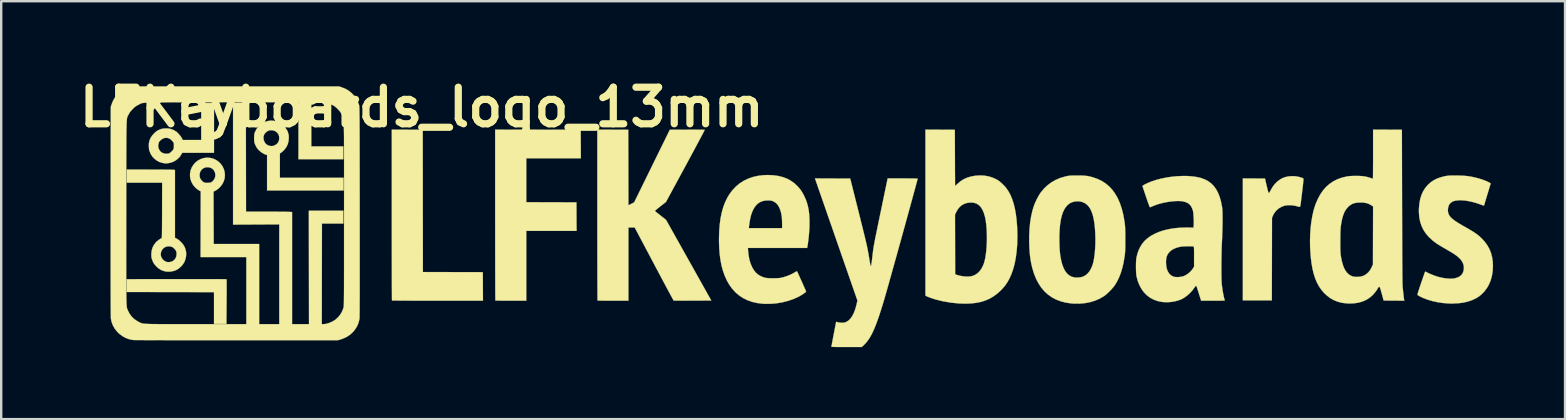
<source format=kicad_pcb>
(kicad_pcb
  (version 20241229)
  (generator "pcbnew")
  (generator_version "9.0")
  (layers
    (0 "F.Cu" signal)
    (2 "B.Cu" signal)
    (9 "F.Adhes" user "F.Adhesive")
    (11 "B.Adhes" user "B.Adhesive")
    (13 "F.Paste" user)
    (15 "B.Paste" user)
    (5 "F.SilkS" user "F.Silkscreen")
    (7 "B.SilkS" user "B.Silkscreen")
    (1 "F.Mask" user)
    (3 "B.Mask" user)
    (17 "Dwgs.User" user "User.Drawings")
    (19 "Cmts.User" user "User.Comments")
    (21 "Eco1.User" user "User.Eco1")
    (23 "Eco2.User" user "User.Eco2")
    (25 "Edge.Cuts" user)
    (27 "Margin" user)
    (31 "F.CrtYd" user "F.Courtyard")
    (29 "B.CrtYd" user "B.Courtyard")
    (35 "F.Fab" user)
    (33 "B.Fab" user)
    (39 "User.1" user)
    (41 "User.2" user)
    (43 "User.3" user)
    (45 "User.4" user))
  (footprint "LFKeyboards_logo_13mm"
    (layer "F.Cu")
    (at 1.522 5.718)
    (property "Reference" "LFKeyboards_logo_13mm" (at 13 -4.3 0) (layer "F.SilkS") (effects (font (size 1.524 1.524) (thickness 0.3))))
    (attr through_hole)
    (fp_poly (pts (xy 3.646 2.862) (xy 3.839 2.862) (xy 4.019 2.862) (xy 4.185 2.862) (xy 4.337 2.863) (xy 4.472 2.863) (xy 4.59 2.864) (xy 4.689 2.865) (xy 4.767 2.866) (xy 4.824 2.867) (xy 4.858 2.868) (xy 4.868 2.868) (xy 4.869 2.882) (xy 4.871 2.92) (xy 4.872 2.978) (xy 4.872 3.057) (xy 4.872 3.152) (xy 4.873 3.263) (xy 4.872 3.387) (xy 4.872 3.522) (xy 4.871 3.666) (xy 4.87 3.802) (xy 4.862 4.727) (xy 4.345 4.727) (xy 4.345 3.405) (xy 2.525 3.402) (xy 0.705 3.399) (xy 0.705 2.865) (xy 2.782 2.862) (xy 3.009 2.862) (xy 3.23 2.862) (xy 3.443 2.862) (xy 3.646 2.862)) (stroke (width 0.01) (type solid)) (fill yes) (layer "F.SilkS"))
    (fp_poly (pts (xy 19.625 -3.361) (xy 19.631 -2.173) (xy 17.357 -2.173) (xy 17.357 -0.343) (xy 18.402 -0.34) (xy 19.447 -0.337) (xy 19.453 0.851) (xy 17.357 0.851) (xy 17.357 3.761) (xy 16.717 3.761) (xy 16.592 3.761) (xy 16.474 3.76) (xy 16.367 3.76) (xy 16.273 3.759) (xy 16.193 3.758) (xy 16.131 3.756) (xy 16.09 3.755) (xy 16.07 3.753) (xy 16.069 3.753) (xy 16.068 3.739) (xy 16.068 3.702) (xy 16.067 3.641) (xy 16.066 3.557) (xy 16.066 3.453) (xy 16.065 3.328) (xy 16.064 3.183) (xy 16.064 3.021) (xy 16.063 2.841) (xy 16.063 2.645) (xy 16.062 2.434) (xy 16.062 2.208) (xy 16.062 1.969) (xy 16.061 1.719) (xy 16.061 1.457) (xy 16.061 1.185) (xy 16.061 0.904) (xy 16.061 0.614) (xy 16.06 0.318) (xy 16.06 0.188) (xy 16.06 -3.367) (xy 19.625 -3.361)) (stroke (width 0.01) (type solid)) (fill yes) (layer "F.SilkS"))
    (fp_poly (pts (xy 12.398 -3.364) (xy 13.043 -3.361) (xy 13.046 -0.397) (xy 13.049 2.567) (xy 15.546 2.573) (xy 15.549 3.167) (xy 15.552 3.761) (xy 13.661 3.761) (xy 13.444 3.761) (xy 13.234 3.761) (xy 13.032 3.761) (xy 12.839 3.76) (xy 12.658 3.76) (xy 12.49 3.759) (xy 12.335 3.759) (xy 12.196 3.758) (xy 12.074 3.757) (xy 11.969 3.756) (xy 11.885 3.756) (xy 11.821 3.755) (xy 11.78 3.754) (xy 11.762 3.753) (xy 11.761 3.753) (xy 11.761 3.739) (xy 11.76 3.702) (xy 11.759 3.641) (xy 11.759 3.557) (xy 11.758 3.453) (xy 11.758 3.328) (xy 11.757 3.183) (xy 11.756 3.021) (xy 11.756 2.841) (xy 11.755 2.645) (xy 11.755 2.434) (xy 11.755 2.208) (xy 11.754 1.969) (xy 11.754 1.719) (xy 11.754 1.457) (xy 11.753 1.185) (xy 11.753 0.904) (xy 11.753 0.614) (xy 11.753 0.318) (xy 11.753 0.188) (xy 11.753 -3.367) (xy 12.398 -3.364)) (stroke (width 0.01) (type solid)) (fill yes) (layer "F.SilkS"))
    (fp_poly (pts (xy 49.392 -1.425) (xy 49.535 -1.402) (xy 49.672 -1.362) (xy 49.676 -1.361) (xy 49.714 -1.344) (xy 49.733 -1.328) (xy 49.741 -1.307) (xy 49.742 -1.301) (xy 49.741 -1.281) (xy 49.737 -1.238) (xy 49.731 -1.176) (xy 49.723 -1.097) (xy 49.713 -1.004) (xy 49.701 -0.899) (xy 49.687 -0.786) (xy 49.678 -0.705) (xy 49.662 -0.572) (xy 49.648 -0.461) (xy 49.637 -0.372) (xy 49.628 -0.301) (xy 49.62 -0.247) (xy 49.613 -0.207) (xy 49.607 -0.179) (xy 49.602 -0.162) (xy 49.596 -0.152) (xy 49.591 -0.148) (xy 49.586 -0.148) (xy 49.563 -0.152) (xy 49.523 -0.161) (xy 49.471 -0.174) (xy 49.434 -0.184) (xy 49.33 -0.205) (xy 49.219 -0.217) (xy 49.11 -0.218) (xy 49.01 -0.209) (xy 48.953 -0.198) (xy 48.824 -0.15) (xy 48.709 -0.082) (xy 48.609 0.005) (xy 48.527 0.109) (xy 48.463 0.229) (xy 48.46 0.237) (xy 48.43 0.311) (xy 48.427 2.03) (xy 48.423 3.748) (xy 47.216 3.748) (xy 47.216 -1.334) (xy 47.677 -1.331) (xy 48.137 -1.328) (xy 48.207 -1.026) (xy 48.231 -0.927) (xy 48.249 -0.851) (xy 48.265 -0.795) (xy 48.277 -0.756) (xy 48.286 -0.734) (xy 48.294 -0.725) (xy 48.297 -0.724) (xy 48.312 -0.735) (xy 48.334 -0.766) (xy 48.36 -0.813) (xy 48.363 -0.818) (xy 48.449 -0.971) (xy 48.548 -1.102) (xy 48.659 -1.211) (xy 48.784 -1.301) (xy 48.852 -1.339) (xy 48.971 -1.386) (xy 49.104 -1.416) (xy 49.246 -1.429) (xy 49.392 -1.425)) (stroke (width 0.01) (type solid)) (fill yes) (layer "F.SilkS"))
    (fp_poly (pts (xy 20.962 -3.364) (xy 21.607 -3.361) (xy 21.61 -1.789) (xy 21.613 -0.216) (xy 21.852 -0.335) (xy 22.595 -1.848) (xy 23.338 -3.361) (xy 24.06 -3.364) (xy 24.193 -3.365) (xy 24.319 -3.365) (xy 24.434 -3.364) (xy 24.538 -3.364) (xy 24.627 -3.363) (xy 24.699 -3.362) (xy 24.752 -3.361) (xy 24.783 -3.359) (xy 24.792 -3.358) (xy 24.787 -3.346) (xy 24.771 -3.312) (xy 24.744 -3.26) (xy 24.707 -3.188) (xy 24.66 -3.1) (xy 24.605 -2.996) (xy 24.542 -2.877) (xy 24.471 -2.745) (xy 24.394 -2.601) (xy 24.311 -2.447) (xy 24.223 -2.283) (xy 24.131 -2.111) (xy 24.034 -1.933) (xy 23.99 -1.852) (xy 23.179 -0.355) (xy 22.946 -0.171) (xy 22.88 -0.119) (xy 22.821 -0.072) (xy 22.773 -0.032) (xy 22.738 -0.002) (xy 22.718 0.016) (xy 22.715 0.02) (xy 22.725 0.029) (xy 22.752 0.053) (xy 22.794 0.087) (xy 22.847 0.13) (xy 22.909 0.179) (xy 22.95 0.211) (xy 23.182 0.395) (xy 24.124 2.075) (xy 25.066 3.755) (xy 24.289 3.758) (xy 24.151 3.759) (xy 24.02 3.759) (xy 23.899 3.759) (xy 23.789 3.759) (xy 23.694 3.759) (xy 23.615 3.758) (xy 23.555 3.758) (xy 23.516 3.757) (xy 23.499 3.756) (xy 23.499 3.756) (xy 23.491 3.744) (xy 23.473 3.711) (xy 23.443 3.659) (xy 23.405 3.587) (xy 23.357 3.499) (xy 23.3 3.394) (xy 23.236 3.275) (xy 23.165 3.143) (xy 23.088 2.998) (xy 23.005 2.842) (xy 22.917 2.678) (xy 22.825 2.504) (xy 22.729 2.325) (xy 22.68 2.231) (xy 21.875 0.712) (xy 21.613 0.712) (xy 21.613 3.761) (xy 20.974 3.761) (xy 20.848 3.761) (xy 20.731 3.76) (xy 20.624 3.76) (xy 20.529 3.759) (xy 20.45 3.758) (xy 20.388 3.756) (xy 20.346 3.755) (xy 20.327 3.753) (xy 20.326 3.753) (xy 20.325 3.739) (xy 20.324 3.702) (xy 20.323 3.641) (xy 20.323 3.557) (xy 20.322 3.453) (xy 20.322 3.328) (xy 20.321 3.183) (xy 20.32 3.021) (xy 20.32 2.841) (xy 20.319 2.645) (xy 20.319 2.434) (xy 20.319 2.208) (xy 20.318 1.969) (xy 20.318 1.719) (xy 20.318 1.457) (xy 20.317 1.185) (xy 20.317 0.904) (xy 20.317 0.614) (xy 20.317 0.318) (xy 20.317 0.188) (xy 20.317 -3.367) (xy 20.962 -3.364)) (stroke (width 0.01) (type solid)) (fill yes) (layer "F.SilkS"))
    (fp_poly (pts (xy 6.823 -3.736) (xy 6.869 -3.727) (xy 6.911 -3.72) (xy 6.929 -3.717) (xy 6.992 -3.699) (xy 7.064 -3.664) (xy 7.14 -3.617) (xy 7.211 -3.562) (xy 7.249 -3.527) (xy 7.302 -3.468) (xy 7.35 -3.401) (xy 7.392 -3.334) (xy 7.422 -3.271) (xy 7.437 -3.219) (xy 7.437 -3.214) (xy 7.444 -3.182) (xy 7.452 -3.164) (xy 7.456 -3.145) (xy 7.46 -3.106) (xy 7.462 -3.055) (xy 7.462 -3.019) (xy 7.45 -2.88) (xy 7.415 -2.752) (xy 7.357 -2.635) (xy 7.276 -2.528) (xy 7.248 -2.499) (xy 7.208 -2.461) (xy 7.166 -2.426) (xy 7.138 -2.405) (xy 7.09 -2.373) (xy 7.09 -1.36) (xy 9.745 -1.36) (xy 9.745 -0.832) (xy 8.151 -0.832) (xy 6.556 -0.831) (xy 6.556 -2.308) (xy 6.489 -2.329) (xy 6.424 -2.357) (xy 6.353 -2.399) (xy 6.282 -2.45) (xy 6.217 -2.507) (xy 6.163 -2.564) (xy 6.126 -2.617) (xy 6.12 -2.63) (xy 6.103 -2.66) (xy 6.089 -2.679) (xy 6.079 -2.698) (xy 6.08 -2.706) (xy 6.077 -2.72) (xy 6.074 -2.721) (xy 6.061 -2.736) (xy 6.057 -2.751) (xy 6.048 -2.781) (xy 6.034 -2.814) (xy 6.025 -2.851) (xy 6.019 -2.911) (xy 6.017 -2.996) (xy 6.017 -3.009) (xy 6.406 -3.009) (xy 6.418 -2.935) (xy 6.443 -2.864) (xy 6.481 -2.803) (xy 6.49 -2.793) (xy 6.541 -2.745) (xy 6.596 -2.713) (xy 6.664 -2.691) (xy 6.683 -2.687) (xy 6.75 -2.68) (xy 6.814 -2.69) (xy 6.885 -2.718) (xy 6.899 -2.726) (xy 6.97 -2.776) (xy 7.022 -2.842) (xy 7.054 -2.922) (xy 7.064 -3.015) (xy 7.053 -3.106) (xy 7.02 -3.186) (xy 6.968 -3.252) (xy 6.899 -3.302) (xy 6.816 -3.333) (xy 6.74 -3.343) (xy 6.663 -3.338) (xy 6.594 -3.315) (xy 6.529 -3.272) (xy 6.465 -3.206) (xy 6.458 -3.198) (xy 6.441 -3.176) (xy 6.435 -3.164) (xy 6.436 -3.164) (xy 6.436 -3.154) (xy 6.427 -3.135) (xy 6.408 -3.078) (xy 6.406 -3.009) (xy 6.017 -3.009) (xy 6.017 -3.011) (xy 6.018 -3.084) (xy 6.02 -3.138) (xy 6.026 -3.181) (xy 6.035 -3.218) (xy 6.045 -3.246) (xy 6.103 -3.369) (xy 6.18 -3.479) (xy 6.272 -3.572) (xy 6.378 -3.646) (xy 6.404 -3.659) (xy 6.511 -3.704) (xy 6.622 -3.732) (xy 6.729 -3.743) (xy 6.823 -3.736)) (stroke (width 0.01) (type solid)) (fill yes) (layer "F.SilkS"))
    (fp_poly (pts (xy 34.602 -3.364) (xy 35.215 -3.361) (xy 35.219 -2.189) (xy 35.219 -2.018) (xy 35.22 -1.856) (xy 35.22 -1.702) (xy 35.221 -1.56) (xy 35.222 -1.43) (xy 35.223 -1.314) (xy 35.223 -1.215) (xy 35.224 -1.134) (xy 35.225 -1.073) (xy 35.226 -1.033) (xy 35.226 -1.017) (xy 35.226 -1.017) (xy 35.237 -1.025) (xy 35.261 -1.047) (xy 35.295 -1.08) (xy 35.32 -1.104) (xy 35.443 -1.21) (xy 35.576 -1.296) (xy 35.722 -1.363) (xy 35.883 -1.412) (xy 36.062 -1.445) (xy 36.098 -1.449) (xy 36.284 -1.459) (xy 36.467 -1.447) (xy 36.644 -1.413) (xy 36.812 -1.358) (xy 36.968 -1.283) (xy 37.018 -1.252) (xy 37.075 -1.211) (xy 37.141 -1.156) (xy 37.21 -1.092) (xy 37.275 -1.026) (xy 37.332 -0.963) (xy 37.352 -0.938) (xy 37.447 -0.799) (xy 37.531 -0.645) (xy 37.603 -0.473) (xy 37.665 -0.284) (xy 37.716 -0.075) (xy 37.757 0.154) (xy 37.788 0.404) (xy 37.809 0.676) (xy 37.814 0.781) (xy 37.821 1.095) (xy 37.814 1.396) (xy 37.792 1.682) (xy 37.757 1.953) (xy 37.709 2.206) (xy 37.646 2.442) (xy 37.571 2.657) (xy 37.496 2.825) (xy 37.409 2.984) (xy 37.312 3.127) (xy 37.199 3.261) (xy 37.11 3.351) (xy 36.965 3.479) (xy 36.814 3.588) (xy 36.656 3.68) (xy 36.487 3.753) (xy 36.307 3.81) (xy 36.113 3.85) (xy 35.904 3.875) (xy 35.678 3.884) (xy 35.433 3.878) (xy 35.374 3.875) (xy 35.041 3.841) (xy 34.711 3.784) (xy 34.435 3.716) (xy 34.352 3.691) (xy 34.268 3.664) (xy 34.188 3.636) (xy 34.117 3.609) (xy 34.06 3.585) (xy 34.022 3.566) (xy 34.018 3.563) (xy 33.989 3.544) (xy 33.989 0.173) (xy 35.222 0.173) (xy 35.228 2.661) (xy 35.313 2.69) (xy 35.415 2.719) (xy 35.526 2.74) (xy 35.64 2.753) (xy 35.75 2.757) (xy 35.85 2.751) (xy 35.924 2.738) (xy 36.04 2.695) (xy 36.145 2.63) (xy 36.238 2.542) (xy 36.319 2.433) (xy 36.387 2.304) (xy 36.415 2.236) (xy 36.451 2.12) (xy 36.482 1.983) (xy 36.507 1.828) (xy 36.527 1.659) (xy 36.541 1.481) (xy 36.549 1.296) (xy 36.551 1.109) (xy 36.547 0.923) (xy 36.537 0.742) (xy 36.521 0.569) (xy 36.499 0.409) (xy 36.47 0.266) (xy 36.467 0.253) (xy 36.422 0.102) (xy 36.367 -0.025) (xy 36.302 -0.13) (xy 36.225 -0.213) (xy 36.138 -0.273) (xy 36.039 -0.312) (xy 35.929 -0.329) (xy 35.89 -0.33) (xy 35.754 -0.319) (xy 35.632 -0.285) (xy 35.522 -0.23) (xy 35.425 -0.153) (xy 35.343 -0.055) (xy 35.28 0.054) (xy 35.222 0.173) (xy 33.989 0.173) (xy 33.989 -3.367) (xy 34.602 -3.364)) (stroke (width 0.01) (type solid)) (fill yes) (layer "F.SilkS"))
    (fp_poly (pts (xy 4.345 -2.402) (xy 3.023 -2.402) (xy 2.999 -2.36) (xy 2.979 -2.329) (xy 2.963 -2.306) (xy 2.961 -2.304) (xy 2.949 -2.285) (xy 2.948 -2.28) (xy 2.938 -2.26) (xy 2.914 -2.23) (xy 2.878 -2.192) (xy 2.837 -2.153) (xy 2.794 -2.117) (xy 2.76 -2.092) (xy 2.653 -2.03) (xy 2.54 -1.989) (xy 2.443 -1.97) (xy 2.393 -1.963) (xy 2.358 -1.96) (xy 2.327 -1.96) (xy 2.29 -1.964) (xy 2.254 -1.969) (xy 2.208 -1.978) (xy 2.157 -1.991) (xy 2.107 -2.007) (xy 2.063 -2.022) (xy 2.032 -2.036) (xy 2.02 -2.046) (xy 2.02 -2.047) (xy 2.011 -2.056) (xy 2.008 -2.055) (xy 1.988 -2.061) (xy 1.954 -2.081) (xy 1.914 -2.112) (xy 1.87 -2.149) (xy 1.827 -2.19) (xy 1.791 -2.228) (xy 1.764 -2.261) (xy 1.753 -2.284) (xy 1.753 -2.286) (xy 1.746 -2.299) (xy 1.743 -2.3) (xy 1.733 -2.31) (xy 1.717 -2.335) (xy 1.701 -2.367) (xy 1.686 -2.4) (xy 1.677 -2.424) (xy 1.677 -2.433) (xy 1.675 -2.443) (xy 1.667 -2.455) (xy 1.654 -2.478) (xy 1.644 -2.513) (xy 1.637 -2.565) (xy 1.632 -2.636) (xy 1.63 -2.676) (xy 1.631 -2.732) (xy 2.021 -2.732) (xy 2.023 -2.65) (xy 2.038 -2.581) (xy 2.078 -2.5) (xy 2.135 -2.436) (xy 2.209 -2.392) (xy 2.298 -2.367) (xy 2.324 -2.364) (xy 2.37 -2.361) (xy 2.408 -2.362) (xy 2.428 -2.366) (xy 2.448 -2.371) (xy 2.454 -2.37) (xy 2.468 -2.372) (xy 2.496 -2.388) (xy 2.53 -2.414) (xy 2.567 -2.446) (xy 2.602 -2.479) (xy 2.629 -2.511) (xy 2.636 -2.521) (xy 2.656 -2.558) (xy 2.668 -2.59) (xy 2.673 -2.628) (xy 2.674 -2.68) (xy 2.674 -2.741) (xy 2.671 -2.783) (xy 2.663 -2.816) (xy 2.648 -2.844) (xy 2.623 -2.877) (xy 2.596 -2.907) (xy 2.528 -2.97) (xy 2.451 -3.01) (xy 2.371 -3.026) (xy 2.288 -3.019) (xy 2.207 -2.989) (xy 2.131 -2.936) (xy 2.099 -2.905) (xy 2.071 -2.875) (xy 2.054 -2.854) (xy 2.05 -2.846) (xy 2.05 -2.836) (xy 2.042 -2.811) (xy 2.04 -2.805) (xy 2.021 -2.732) (xy 1.631 -2.732) (xy 1.633 -2.8) (xy 1.656 -2.913) (xy 1.701 -3.019) (xy 1.768 -3.12) (xy 1.844 -3.205) (xy 1.885 -3.245) (xy 1.922 -3.278) (xy 1.949 -3.298) (xy 1.961 -3.304) (xy 1.979 -3.309) (xy 1.982 -3.315) (xy 1.992 -3.325) (xy 2.016 -3.34) (xy 2.045 -3.353) (xy 2.069 -3.361) (xy 2.071 -3.361) (xy 2.086 -3.367) (xy 2.103 -3.376) (xy 2.151 -3.394) (xy 2.217 -3.407) (xy 2.293 -3.415) (xy 2.373 -3.417) (xy 2.449 -3.413) (xy 2.503 -3.405) (xy 2.545 -3.393) (xy 2.593 -3.377) (xy 2.64 -3.359) (xy 2.681 -3.34) (xy 2.709 -3.325) (xy 2.719 -3.315) (xy 2.729 -3.305) (xy 2.739 -3.304) (xy 2.76 -3.294) (xy 2.793 -3.268) (xy 2.833 -3.23) (xy 2.876 -3.184) (xy 2.919 -3.134) (xy 2.958 -3.085) (xy 2.988 -3.04) (xy 2.999 -3.021) (xy 3.043 -2.935) (xy 3.812 -2.935) (xy 3.812 -4.473) (xy 4.345 -4.473) (xy 4.345 -2.402)) (stroke (width 0.01) (type solid)) (fill yes) (layer "F.SilkS"))
    (fp_poly (pts (xy 1.61 -1.703) (xy 1.762 -1.702) (xy 1.909 -1.702) (xy 2.049 -1.702) (xy 2.178 -1.701) (xy 2.296 -1.7) (xy 2.399 -1.699) (xy 2.485 -1.698) (xy 2.552 -1.697) (xy 2.597 -1.695) (xy 2.614 -1.694) (xy 2.719 -1.686) (xy 2.719 1.141) (xy 2.792 1.177) (xy 2.855 1.216) (xy 2.922 1.272) (xy 2.989 1.338) (xy 3.049 1.407) (xy 3.095 1.475) (xy 3.109 1.501) (xy 3.13 1.547) (xy 3.146 1.588) (xy 3.154 1.615) (xy 3.154 1.615) (xy 3.16 1.644) (xy 3.166 1.658) (xy 3.174 1.686) (xy 3.181 1.731) (xy 3.184 1.788) (xy 3.184 1.848) (xy 3.18 1.905) (xy 3.177 1.93) (xy 3.163 1.997) (xy 3.143 2.066) (xy 3.119 2.13) (xy 3.093 2.181) (xy 3.074 2.209) (xy 3.056 2.231) (xy 3.049 2.246) (xy 3.04 2.262) (xy 3.017 2.289) (xy 2.984 2.323) (xy 2.945 2.36) (xy 2.907 2.394) (xy 2.873 2.421) (xy 2.866 2.426) (xy 2.807 2.464) (xy 2.754 2.492) (xy 2.713 2.507) (xy 2.71 2.508) (xy 2.679 2.516) (xy 2.668 2.52) (xy 2.608 2.537) (xy 2.533 2.548) (xy 2.45 2.552) (xy 2.37 2.548) (xy 2.319 2.541) (xy 2.275 2.53) (xy 2.234 2.518) (xy 2.23 2.516) (xy 2.202 2.506) (xy 2.188 2.503) (xy 2.188 2.503) (xy 2.176 2.498) (xy 2.148 2.484) (xy 2.109 2.464) (xy 2.106 2.462) (xy 2.035 2.416) (xy 1.962 2.353) (xy 1.894 2.281) (xy 1.839 2.208) (xy 1.819 2.175) (xy 1.8 2.137) (xy 1.788 2.109) (xy 1.785 2.097) (xy 1.786 2.097) (xy 1.787 2.089) (xy 1.78 2.08) (xy 1.766 2.053) (xy 1.762 2.038) (xy 1.752 2.006) (xy 1.746 1.989) (xy 1.741 1.966) (xy 1.737 1.924) (xy 1.735 1.87) (xy 1.734 1.83) (xy 1.734 1.826) (xy 2.124 1.826) (xy 2.133 1.901) (xy 2.167 1.982) (xy 2.221 2.053) (xy 2.289 2.109) (xy 2.368 2.145) (xy 2.38 2.149) (xy 2.437 2.155) (xy 2.503 2.15) (xy 2.567 2.137) (xy 2.604 2.122) (xy 2.679 2.071) (xy 2.736 2.004) (xy 2.772 1.924) (xy 2.785 1.836) (xy 2.785 1.823) (xy 2.783 1.771) (xy 2.78 1.736) (xy 2.772 1.709) (xy 2.76 1.682) (xy 2.754 1.671) (xy 2.728 1.634) (xy 2.691 1.593) (xy 2.649 1.555) (xy 2.613 1.528) (xy 2.609 1.527) (xy 2.53 1.5) (xy 2.444 1.494) (xy 2.357 1.51) (xy 2.275 1.547) (xy 2.27 1.55) (xy 2.212 1.601) (xy 2.166 1.668) (xy 2.136 1.746) (xy 2.124 1.826) (xy 1.734 1.826) (xy 1.745 1.69) (xy 1.778 1.563) (xy 1.834 1.448) (xy 1.912 1.343) (xy 1.946 1.308) (xy 1.989 1.269) (xy 2.038 1.231) (xy 2.086 1.198) (xy 2.127 1.174) (xy 2.155 1.164) (xy 2.159 1.162) (xy 2.163 1.159) (xy 2.166 1.151) (xy 2.169 1.137) (xy 2.171 1.117) (xy 2.173 1.088) (xy 2.175 1.049) (xy 2.176 0.998) (xy 2.177 0.934) (xy 2.178 0.855) (xy 2.179 0.76) (xy 2.18 0.647) (xy 2.18 0.515) (xy 2.181 0.362) (xy 2.182 0.186) (xy 2.182 0.002) (xy 2.185 -1.156) (xy 0.711 -1.156) (xy 0.711 -1.703) (xy 1.61 -1.703)) (stroke (width 0.01) (type solid)) (fill yes) (layer "F.SilkS"))
    (fp_poly (pts (xy 27.642 -1.466) (xy 27.849 -1.438) (xy 28.04 -1.391) (xy 28.216 -1.326) (xy 28.377 -1.24) (xy 28.524 -1.135) (xy 28.63 -1.039) (xy 28.716 -0.947) (xy 28.789 -0.856) (xy 28.854 -0.757) (xy 28.917 -0.643) (xy 28.933 -0.611) (xy 29 -0.464) (xy 29.054 -0.314) (xy 29.096 -0.159) (xy 29.127 0.004) (xy 29.147 0.18) (xy 29.157 0.372) (xy 29.158 0.584) (xy 29.157 0.641) (xy 29.152 0.772) (xy 29.142 0.913) (xy 29.13 1.058) (xy 29.115 1.2) (xy 29.098 1.334) (xy 29.08 1.454) (xy 29.065 1.534) (xy 29.059 1.563) (xy 26.591 1.563) (xy 26.6 1.687) (xy 26.622 1.882) (xy 26.657 2.062) (xy 26.707 2.224) (xy 26.769 2.368) (xy 26.843 2.492) (xy 26.929 2.597) (xy 27.026 2.68) (xy 27.097 2.722) (xy 27.169 2.757) (xy 27.235 2.784) (xy 27.302 2.803) (xy 27.375 2.816) (xy 27.459 2.823) (xy 27.56 2.827) (xy 27.63 2.827) (xy 27.743 2.826) (xy 27.839 2.822) (xy 27.915 2.816) (xy 27.96 2.81) (xy 28.091 2.777) (xy 28.228 2.732) (xy 28.363 2.677) (xy 28.487 2.615) (xy 28.556 2.574) (xy 28.594 2.552) (xy 28.624 2.539) (xy 28.64 2.537) (xy 28.64 2.537) (xy 28.646 2.55) (xy 28.662 2.583) (xy 28.685 2.632) (xy 28.713 2.696) (xy 28.747 2.77) (xy 28.783 2.851) (xy 28.822 2.936) (xy 28.861 3.022) (xy 28.898 3.106) (xy 28.933 3.185) (xy 28.964 3.255) (xy 28.99 3.313) (xy 29.009 3.357) (xy 29.017 3.375) (xy 29.01 3.39) (xy 28.985 3.415) (xy 28.944 3.446) (xy 28.893 3.482) (xy 28.834 3.521) (xy 28.771 3.558) (xy 28.708 3.593) (xy 28.704 3.595) (xy 28.488 3.693) (xy 28.257 3.772) (xy 28.015 3.832) (xy 27.767 3.873) (xy 27.516 3.892) (xy 27.267 3.891) (xy 27.211 3.887) (xy 26.986 3.86) (xy 26.774 3.812) (xy 26.577 3.743) (xy 26.394 3.653) (xy 26.226 3.543) (xy 26.073 3.412) (xy 25.935 3.26) (xy 25.812 3.089) (xy 25.711 2.911) (xy 25.626 2.721) (xy 25.554 2.52) (xy 25.495 2.305) (xy 25.45 2.075) (xy 25.417 1.828) (xy 25.396 1.563) (xy 25.387 1.276) (xy 25.387 1.201) (xy 25.394 0.892) (xy 25.406 0.737) (xy 26.63 0.737) (xy 28.017 0.737) (xy 28.017 0.556) (xy 28.014 0.4) (xy 28.003 0.264) (xy 27.984 0.144) (xy 27.959 0.041) (xy 27.915 -0.084) (xy 27.864 -0.186) (xy 27.802 -0.269) (xy 27.729 -0.333) (xy 27.664 -0.371) (xy 27.618 -0.392) (xy 27.578 -0.405) (xy 27.532 -0.412) (xy 27.473 -0.417) (xy 27.463 -0.417) (xy 27.326 -0.413) (xy 27.202 -0.388) (xy 27.092 -0.342) (xy 26.994 -0.275) (xy 26.909 -0.185) (xy 26.867 -0.127) (xy 26.809 -0.026) (xy 26.759 0.087) (xy 26.718 0.215) (xy 26.684 0.359) (xy 26.656 0.524) (xy 26.638 0.664) (xy 26.63 0.737) (xy 25.406 0.737) (xy 25.416 0.603) (xy 25.451 0.335) (xy 25.502 0.086) (xy 25.567 -0.143) (xy 25.647 -0.353) (xy 25.741 -0.544) (xy 25.816 -0.667) (xy 25.945 -0.84) (xy 26.089 -0.993) (xy 26.247 -1.125) (xy 26.42 -1.236) (xy 26.606 -1.326) (xy 26.807 -1.395) (xy 27.021 -1.443) (xy 27.248 -1.469) (xy 27.419 -1.475) (xy 27.642 -1.466)) (stroke (width 0.01) (type solid)) (fill yes) (layer "F.SilkS"))
    (fp_poly (pts (xy 40.438 -1.454) (xy 40.538 -1.452) (xy 40.624 -1.447) (xy 40.7 -1.439) (xy 40.771 -1.428) (xy 40.843 -1.413) (xy 40.921 -1.393) (xy 40.971 -1.378) (xy 41.164 -1.311) (xy 41.341 -1.225) (xy 41.503 -1.12) (xy 41.65 -0.996) (xy 41.783 -0.852) (xy 41.901 -0.687) (xy 42.005 -0.503) (xy 42.094 -0.298) (xy 42.17 -0.072) (xy 42.232 0.175) (xy 42.281 0.443) (xy 42.295 0.547) (xy 42.301 0.6) (xy 42.306 0.657) (xy 42.31 0.72) (xy 42.313 0.793) (xy 42.315 0.879) (xy 42.317 0.982) (xy 42.317 1.104) (xy 42.318 1.207) (xy 42.317 1.337) (xy 42.317 1.444) (xy 42.316 1.534) (xy 42.314 1.609) (xy 42.312 1.672) (xy 42.309 1.729) (xy 42.304 1.781) (xy 42.298 1.834) (xy 42.291 1.889) (xy 42.289 1.906) (xy 42.248 2.156) (xy 42.196 2.386) (xy 42.133 2.596) (xy 42.058 2.79) (xy 41.97 2.969) (xy 41.883 3.113) (xy 41.836 3.177) (xy 41.774 3.25) (xy 41.703 3.328) (xy 41.626 3.404) (xy 41.551 3.475) (xy 41.481 3.534) (xy 41.427 3.573) (xy 41.248 3.677) (xy 41.055 3.76) (xy 40.849 3.823) (xy 40.633 3.864) (xy 40.408 3.884) (xy 40.177 3.883) (xy 40.067 3.875) (xy 39.843 3.842) (xy 39.634 3.789) (xy 39.441 3.716) (xy 39.263 3.623) (xy 39.1 3.509) (xy 38.952 3.375) (xy 38.82 3.221) (xy 38.703 3.046) (xy 38.601 2.851) (xy 38.514 2.636) (xy 38.442 2.4) (xy 38.436 2.376) (xy 38.399 2.215) (xy 38.369 2.051) (xy 38.346 1.879) (xy 38.329 1.694) (xy 38.318 1.491) (xy 38.314 1.366) (xy 38.313 1.067) (xy 38.314 1.038) (xy 39.57 1.038) (xy 39.57 1.296) (xy 39.571 1.34) (xy 39.576 1.498) (xy 39.583 1.636) (xy 39.594 1.759) (xy 39.607 1.872) (xy 39.625 1.981) (xy 39.645 2.08) (xy 39.689 2.249) (xy 39.743 2.396) (xy 39.807 2.519) (xy 39.882 2.62) (xy 39.968 2.698) (xy 40.065 2.754) (xy 40.173 2.787) (xy 40.293 2.799) (xy 40.425 2.79) (xy 40.474 2.782) (xy 40.578 2.749) (xy 40.674 2.693) (xy 40.761 2.615) (xy 40.837 2.517) (xy 40.902 2.4) (xy 40.956 2.265) (xy 40.992 2.131) (xy 41.021 1.971) (xy 41.044 1.791) (xy 41.06 1.595) (xy 41.07 1.389) (xy 41.072 1.176) (xy 41.066 0.966) (xy 41.052 0.737) (xy 41.03 0.532) (xy 41 0.35) (xy 40.961 0.19) (xy 40.913 0.052) (xy 40.857 -0.067) (xy 40.791 -0.165) (xy 40.715 -0.244) (xy 40.629 -0.305) (xy 40.532 -0.348) (xy 40.488 -0.362) (xy 40.376 -0.38) (xy 40.26 -0.378) (xy 40.147 -0.357) (xy 40.045 -0.318) (xy 40.014 -0.301) (xy 39.923 -0.235) (xy 39.844 -0.148) (xy 39.775 -0.042) (xy 39.716 0.084) (xy 39.667 0.231) (xy 39.628 0.4) (xy 39.599 0.59) (xy 39.58 0.803) (xy 39.57 1.038) (xy 38.314 1.038) (xy 38.326 0.781) (xy 38.352 0.508) (xy 38.393 0.251) (xy 38.447 0.013) (xy 38.496 -0.152) (xy 38.529 -0.245) (xy 38.573 -0.347) (xy 38.622 -0.452) (xy 38.675 -0.554) (xy 38.727 -0.646) (xy 38.776 -0.722) (xy 38.791 -0.743) (xy 38.928 -0.908) (xy 39.077 -1.05) (xy 39.238 -1.17) (xy 39.413 -1.27) (xy 39.603 -1.351) (xy 39.81 -1.412) (xy 39.87 -1.426) (xy 39.916 -1.435) (xy 39.959 -1.442) (xy 40.003 -1.448) (xy 40.053 -1.451) (xy 40.114 -1.453) (xy 40.189 -1.454) (xy 40.284 -1.455) (xy 40.317 -1.455) (xy 40.438 -1.454)) (stroke (width 0.01) (type solid)) (fill yes) (layer "F.SilkS"))
    (fp_poly (pts (xy 53.843 -3.361) (xy 53.85 -0.165) (xy 53.851 0.211) (xy 53.852 0.562) (xy 53.853 0.889) (xy 53.854 1.192) (xy 53.855 1.472) (xy 53.856 1.728) (xy 53.857 1.962) (xy 53.858 2.174) (xy 53.86 2.364) (xy 53.861 2.533) (xy 53.862 2.681) (xy 53.864 2.81) (xy 53.865 2.918) (xy 53.866 3.008) (xy 53.868 3.079) (xy 53.87 3.131) (xy 53.871 3.166) (xy 53.872 3.177) (xy 53.882 3.272) (xy 53.892 3.368) (xy 53.902 3.46) (xy 53.912 3.545) (xy 53.92 3.618) (xy 53.927 3.676) (xy 53.933 3.713) (xy 53.934 3.72) (xy 53.941 3.761) (xy 53.512 3.758) (xy 53.082 3.755) (xy 53.004 3.469) (xy 52.978 3.375) (xy 52.957 3.304) (xy 52.941 3.252) (xy 52.928 3.216) (xy 52.917 3.194) (xy 52.908 3.182) (xy 52.901 3.179) (xy 52.882 3.185) (xy 52.86 3.21) (xy 52.845 3.236) (xy 52.823 3.275) (xy 52.79 3.325) (xy 52.754 3.377) (xy 52.743 3.392) (xy 52.63 3.524) (xy 52.503 3.635) (xy 52.361 3.725) (xy 52.204 3.794) (xy 52.033 3.843) (xy 51.848 3.871) (xy 51.648 3.878) (xy 51.543 3.874) (xy 51.35 3.85) (xy 51.171 3.805) (xy 51.004 3.738) (xy 50.848 3.649) (xy 50.702 3.536) (xy 50.584 3.423) (xy 50.478 3.295) (xy 50.383 3.154) (xy 50.3 2.999) (xy 50.228 2.827) (xy 50.167 2.637) (xy 50.117 2.43) (xy 50.077 2.202) (xy 50.047 1.955) (xy 50.026 1.685) (xy 50.017 1.499) (xy 50.015 1.296) (xy 51.276 1.296) (xy 51.276 1.426) (xy 51.277 1.533) (xy 51.278 1.622) (xy 51.28 1.695) (xy 51.283 1.756) (xy 51.287 1.808) (xy 51.292 1.854) (xy 51.298 1.898) (xy 51.299 1.903) (xy 51.333 2.085) (xy 51.375 2.244) (xy 51.424 2.38) (xy 51.482 2.494) (xy 51.55 2.588) (xy 51.626 2.662) (xy 51.714 2.718) (xy 51.797 2.752) (xy 51.845 2.762) (xy 51.909 2.767) (xy 51.982 2.768) (xy 52.054 2.765) (xy 52.119 2.758) (xy 52.147 2.752) (xy 52.24 2.723) (xy 52.322 2.68) (xy 52.399 2.62) (xy 52.43 2.591) (xy 52.477 2.54) (xy 52.515 2.491) (xy 52.549 2.433) (xy 52.576 2.38) (xy 52.636 2.255) (xy 52.639 1.046) (xy 52.642 -0.164) (xy 52.585 -0.203) (xy 52.502 -0.253) (xy 52.418 -0.29) (xy 52.326 -0.313) (xy 52.22 -0.327) (xy 52.102 -0.33) (xy 51.971 -0.323) (xy 51.858 -0.302) (xy 51.76 -0.264) (xy 51.671 -0.208) (xy 51.59 -0.134) (xy 51.589 -0.133) (xy 51.516 -0.044) (xy 51.455 0.057) (xy 51.405 0.174) (xy 51.363 0.308) (xy 51.335 0.432) (xy 51.32 0.512) (xy 51.308 0.586) (xy 51.298 0.659) (xy 51.29 0.734) (xy 51.285 0.815) (xy 51.281 0.906) (xy 51.278 1.011) (xy 51.277 1.133) (xy 51.276 1.276) (xy 51.276 1.296) (xy 50.015 1.296) (xy 50.014 1.241) (xy 50.022 0.985) (xy 50.039 0.735) (xy 50.067 0.493) (xy 50.105 0.263) (xy 50.151 0.048) (xy 50.207 -0.148) (xy 50.246 -0.262) (xy 50.337 -0.474) (xy 50.44 -0.664) (xy 50.556 -0.833) (xy 50.685 -0.981) (xy 50.829 -1.107) (xy 50.986 -1.214) (xy 51.159 -1.3) (xy 51.346 -1.367) (xy 51.55 -1.415) (xy 51.575 -1.419) (xy 51.667 -1.43) (xy 51.783 -1.437) (xy 51.925 -1.439) (xy 51.931 -1.439) (xy 52.066 -1.437) (xy 52.183 -1.43) (xy 52.287 -1.418) (xy 52.383 -1.398) (xy 52.478 -1.372) (xy 52.517 -1.359) (xy 52.566 -1.342) (xy 52.605 -1.33) (xy 52.63 -1.322) (xy 52.634 -1.321) (xy 52.635 -1.334) (xy 52.636 -1.37) (xy 52.638 -1.427) (xy 52.639 -1.505) (xy 52.64 -1.6) (xy 52.64 -1.711) (xy 52.641 -1.836) (xy 52.642 -1.973) (xy 52.642 -2.12) (xy 52.642 -2.276) (xy 52.642 -2.344) (xy 52.642 -3.367) (xy 53.843 -3.361)) (stroke (width 0.01) (type solid)) (fill yes) (layer "F.SilkS"))
    (fp_poly (pts (xy 30.855 -1.328) (xy 31.209 0.083) (xy 31.264 0.303) (xy 31.313 0.501) (xy 31.357 0.677) (xy 31.396 0.834) (xy 31.43 0.973) (xy 31.461 1.097) (xy 31.487 1.206) (xy 31.51 1.303) (xy 31.53 1.389) (xy 31.547 1.465) (xy 31.562 1.535) (xy 31.575 1.599) (xy 31.587 1.659) (xy 31.598 1.717) (xy 31.609 1.775) (xy 31.619 1.834) (xy 31.626 1.874) (xy 31.645 1.99) (xy 31.661 2.084) (xy 31.673 2.158) (xy 31.683 2.213) (xy 31.691 2.254) (xy 31.697 2.282) (xy 31.702 2.299) (xy 31.706 2.308) (xy 31.711 2.312) (xy 31.715 2.313) (xy 31.718 2.313) (xy 31.724 2.304) (xy 31.731 2.277) (xy 31.739 2.23) (xy 31.749 2.163) (xy 31.761 2.074) (xy 31.774 1.961) (xy 31.781 1.903) (xy 31.789 1.837) (xy 31.796 1.777) (xy 31.803 1.721) (xy 31.81 1.666) (xy 31.817 1.612) (xy 31.826 1.556) (xy 31.836 1.496) (xy 31.847 1.431) (xy 31.861 1.358) (xy 31.876 1.276) (xy 31.894 1.184) (xy 31.915 1.078) (xy 31.94 0.958) (xy 31.968 0.821) (xy 31.999 0.667) (xy 32.036 0.491) (xy 32.076 0.294) (xy 32.102 0.172) (xy 32.14 -0.01) (xy 32.176 -0.185) (xy 32.211 -0.354) (xy 32.244 -0.513) (xy 32.275 -0.661) (xy 32.303 -0.796) (xy 32.328 -0.917) (xy 32.35 -1.022) (xy 32.368 -1.109) (xy 32.382 -1.176) (xy 32.392 -1.221) (xy 32.396 -1.242) (xy 32.416 -1.334) (xy 33.037 -1.334) (xy 33.165 -1.334) (xy 33.284 -1.333) (xy 33.39 -1.332) (xy 33.482 -1.331) (xy 33.558 -1.329) (xy 33.615 -1.327) (xy 33.651 -1.325) (xy 33.664 -1.323) (xy 33.662 -1.31) (xy 33.653 -1.273) (xy 33.638 -1.215) (xy 33.617 -1.137) (xy 33.591 -1.039) (xy 33.56 -0.925) (xy 33.524 -0.794) (xy 33.484 -0.648) (xy 33.441 -0.489) (xy 33.394 -0.318) (xy 33.344 -0.136) (xy 33.292 0.054) (xy 33.237 0.253) (xy 33.181 0.458) (xy 33.123 0.668) (xy 33.064 0.882) (xy 33.004 1.098) (xy 32.944 1.314) (xy 32.884 1.531) (xy 32.824 1.745) (xy 32.766 1.956) (xy 32.708 2.162) (xy 32.652 2.362) (xy 32.598 2.555) (xy 32.547 2.739) (xy 32.498 2.912) (xy 32.453 3.074) (xy 32.411 3.223) (xy 32.373 3.358) (xy 32.339 3.476) (xy 32.31 3.578) (xy 32.286 3.661) (xy 32.268 3.723) (xy 32.267 3.727) (xy 32.191 3.976) (xy 32.12 4.202) (xy 32.053 4.406) (xy 31.989 4.59) (xy 31.928 4.755) (xy 31.869 4.903) (xy 31.81 5.035) (xy 31.753 5.153) (xy 31.694 5.259) (xy 31.635 5.354) (xy 31.575 5.439) (xy 31.512 5.517) (xy 31.445 5.588) (xy 31.406 5.626) (xy 31.335 5.692) (xy 30.706 5.692) (xy 30.582 5.692) (xy 30.466 5.692) (xy 30.36 5.691) (xy 30.267 5.69) (xy 30.19 5.688) (xy 30.13 5.687) (xy 30.09 5.685) (xy 30.072 5.683) (xy 30.072 5.683) (xy 30.073 5.669) (xy 30.079 5.634) (xy 30.089 5.58) (xy 30.101 5.511) (xy 30.117 5.43) (xy 30.134 5.34) (xy 30.152 5.244) (xy 30.171 5.145) (xy 30.19 5.047) (xy 30.208 4.952) (xy 30.225 4.865) (xy 30.24 4.787) (xy 30.253 4.723) (xy 30.263 4.675) (xy 30.269 4.648) (xy 30.271 4.641) (xy 30.284 4.643) (xy 30.313 4.651) (xy 30.337 4.659) (xy 30.38 4.668) (xy 30.438 4.676) (xy 30.498 4.68) (xy 30.509 4.68) (xy 30.565 4.68) (xy 30.607 4.676) (xy 30.643 4.666) (xy 30.683 4.649) (xy 30.702 4.64) (xy 30.79 4.583) (xy 30.87 4.501) (xy 30.943 4.396) (xy 31.008 4.267) (xy 31.065 4.114) (xy 31.114 3.938) (xy 31.123 3.899) (xy 31.155 3.753) (xy 30.28 1.238) (xy 30.195 0.994) (xy 30.113 0.756) (xy 30.032 0.525) (xy 29.955 0.303) (xy 29.881 0.09) (xy 29.811 -0.112) (xy 29.745 -0.302) (xy 29.683 -0.48) (xy 29.627 -0.643) (xy 29.575 -0.791) (xy 29.529 -0.922) (xy 29.49 -1.036) (xy 29.457 -1.132) (xy 29.43 -1.208) (xy 29.411 -1.263) (xy 29.4 -1.296) (xy 29.397 -1.306) (xy 29.388 -1.334) (xy 30.855 -1.328)) (stroke (width 0.01) (type solid)) (fill yes) (layer "F.SilkS"))
    (fp_poly (pts (xy 56.261 -1.452) (xy 56.412 -1.446) (xy 56.551 -1.433) (xy 56.683 -1.415) (xy 56.816 -1.389) (xy 56.956 -1.356) (xy 57.038 -1.334) (xy 57.124 -1.308) (xy 57.209 -1.279) (xy 57.291 -1.249) (xy 57.367 -1.218) (xy 57.433 -1.189) (xy 57.486 -1.161) (xy 57.523 -1.138) (xy 57.54 -1.121) (xy 57.541 -1.115) (xy 57.534 -1.094) (xy 57.521 -1.053) (xy 57.504 -0.996) (xy 57.482 -0.926) (xy 57.458 -0.845) (xy 57.432 -0.758) (xy 57.404 -0.667) (xy 57.377 -0.577) (xy 57.35 -0.489) (xy 57.326 -0.408) (xy 57.304 -0.336) (xy 57.287 -0.278) (xy 57.274 -0.236) (xy 57.268 -0.213) (xy 57.267 -0.21) (xy 57.26 -0.204) (xy 57.237 -0.207) (xy 57.195 -0.22) (xy 57.135 -0.242) (xy 56.963 -0.302) (xy 56.792 -0.351) (xy 56.626 -0.387) (xy 56.468 -0.412) (xy 56.319 -0.423) (xy 56.184 -0.421) (xy 56.065 -0.405) (xy 55.995 -0.387) (xy 55.933 -0.357) (xy 55.874 -0.313) (xy 55.826 -0.261) (xy 55.807 -0.231) (xy 55.78 -0.158) (xy 55.763 -0.074) (xy 55.759 0.008) (xy 55.761 0.037) (xy 55.771 0.095) (xy 55.789 0.151) (xy 55.815 0.203) (xy 55.851 0.256) (xy 55.899 0.308) (xy 55.961 0.363) (xy 56.038 0.422) (xy 56.132 0.485) (xy 56.244 0.555) (xy 56.376 0.633) (xy 56.508 0.708) (xy 56.637 0.782) (xy 56.747 0.847) (xy 56.841 0.906) (xy 56.923 0.961) (xy 56.995 1.014) (xy 57.061 1.068) (xy 57.125 1.125) (xy 57.132 1.132) (xy 57.272 1.277) (xy 57.387 1.429) (xy 57.48 1.589) (xy 57.551 1.76) (xy 57.6 1.942) (xy 57.628 2.137) (xy 57.636 2.32) (xy 57.625 2.53) (xy 57.593 2.729) (xy 57.541 2.916) (xy 57.469 3.089) (xy 57.377 3.248) (xy 57.266 3.391) (xy 57.137 3.518) (xy 57.063 3.577) (xy 56.925 3.664) (xy 56.769 3.738) (xy 56.598 3.796) (xy 56.416 3.839) (xy 56.227 3.865) (xy 56.144 3.87) (xy 56.081 3.873) (xy 56.025 3.876) (xy 55.982 3.878) (xy 55.958 3.88) (xy 55.934 3.881) (xy 55.89 3.88) (xy 55.833 3.878) (xy 55.767 3.875) (xy 55.754 3.874) (xy 55.537 3.856) (xy 55.321 3.823) (xy 55.111 3.776) (xy 54.912 3.718) (xy 54.729 3.648) (xy 54.62 3.597) (xy 54.57 3.57) (xy 54.529 3.546) (xy 54.501 3.527) (xy 54.494 3.519) (xy 54.493 3.506) (xy 54.498 3.478) (xy 54.51 3.433) (xy 54.529 3.37) (xy 54.556 3.288) (xy 54.59 3.185) (xy 54.633 3.059) (xy 54.642 3.031) (xy 54.678 2.927) (xy 54.711 2.831) (xy 54.741 2.744) (xy 54.767 2.671) (xy 54.787 2.613) (xy 54.802 2.573) (xy 54.809 2.554) (xy 54.81 2.552) (xy 54.823 2.552) (xy 54.852 2.563) (xy 54.882 2.579) (xy 54.938 2.607) (xy 55.011 2.64) (xy 55.094 2.675) (xy 55.182 2.709) (xy 55.265 2.739) (xy 55.336 2.762) (xy 55.469 2.796) (xy 55.605 2.822) (xy 55.737 2.838) (xy 55.861 2.844) (xy 55.972 2.84) (xy 56.046 2.829) (xy 56.159 2.796) (xy 56.25 2.751) (xy 56.321 2.692) (xy 56.374 2.618) (xy 56.408 2.528) (xy 56.418 2.482) (xy 56.426 2.368) (xy 56.409 2.261) (xy 56.368 2.158) (xy 56.302 2.059) (xy 56.231 1.983) (xy 56.188 1.944) (xy 56.144 1.907) (xy 56.096 1.87) (xy 56.041 1.831) (xy 55.975 1.788) (xy 55.897 1.74) (xy 55.802 1.684) (xy 55.689 1.618) (xy 55.662 1.602) (xy 55.554 1.54) (xy 55.465 1.488) (xy 55.392 1.444) (xy 55.33 1.405) (xy 55.276 1.369) (xy 55.227 1.334) (xy 55.18 1.297) (xy 55.13 1.257) (xy 55.108 1.239) (xy 54.961 1.103) (xy 54.838 0.958) (xy 54.737 0.803) (xy 54.658 0.637) (xy 54.601 0.459) (xy 54.565 0.268) (xy 54.551 0.064) (xy 54.552 -0.064) (xy 54.569 -0.272) (xy 54.603 -0.462) (xy 54.655 -0.636) (xy 54.725 -0.793) (xy 54.813 -0.934) (xy 54.921 -1.061) (xy 54.934 -1.075) (xy 55.04 -1.169) (xy 55.153 -1.248) (xy 55.277 -1.313) (xy 55.416 -1.367) (xy 55.575 -1.412) (xy 55.641 -1.426) (xy 55.686 -1.435) (xy 55.729 -1.442) (xy 55.774 -1.447) (xy 55.825 -1.451) (xy 55.887 -1.453) (xy 55.965 -1.454) (xy 56.062 -1.455) (xy 56.092 -1.455) (xy 56.261 -1.452)) (stroke (width 0.01) (type solid)) (fill yes) (layer "F.SilkS"))
    (fp_poly (pts (xy 44.887 -1.434) (xy 45.085 -1.421) (xy 45.269 -1.397) (xy 45.436 -1.361) (xy 45.483 -1.347) (xy 45.638 -1.289) (xy 45.777 -1.214) (xy 45.901 -1.121) (xy 46.01 -1.01) (xy 46.104 -0.88) (xy 46.184 -0.73) (xy 46.251 -0.56) (xy 46.305 -0.37) (xy 46.346 -0.157) (xy 46.355 -0.102) (xy 46.36 -0.042) (xy 46.365 0.04) (xy 46.368 0.142) (xy 46.369 0.262) (xy 46.37 0.396) (xy 46.368 0.541) (xy 46.366 0.695) (xy 46.362 0.856) (xy 46.356 1.02) (xy 46.35 1.184) (xy 46.345 1.296) (xy 46.338 1.432) (xy 46.333 1.579) (xy 46.329 1.734) (xy 46.326 1.894) (xy 46.323 2.057) (xy 46.321 2.219) (xy 46.321 2.377) (xy 46.321 2.528) (xy 46.322 2.669) (xy 46.324 2.798) (xy 46.327 2.911) (xy 46.332 3.004) (xy 46.337 3.077) (xy 46.338 3.088) (xy 46.35 3.186) (xy 46.365 3.29) (xy 46.382 3.396) (xy 46.401 3.497) (xy 46.42 3.589) (xy 46.439 3.668) (xy 46.457 3.727) (xy 46.462 3.741) (xy 46.462 3.746) (xy 46.456 3.75) (xy 46.442 3.754) (xy 46.418 3.756) (xy 46.381 3.758) (xy 46.33 3.759) (xy 46.261 3.76) (xy 46.173 3.761) (xy 46.064 3.761) (xy 45.973 3.761) (xy 45.477 3.761) (xy 45.42 3.58) (xy 45.396 3.502) (xy 45.37 3.419) (xy 45.345 3.34) (xy 45.325 3.275) (xy 45.323 3.269) (xy 45.302 3.205) (xy 45.284 3.162) (xy 45.27 3.14) (xy 45.266 3.138) (xy 45.251 3.148) (xy 45.228 3.175) (xy 45.2 3.213) (xy 45.191 3.226) (xy 45.106 3.341) (xy 45.002 3.452) (xy 44.887 3.554) (xy 44.766 3.64) (xy 44.678 3.69) (xy 44.551 3.743) (xy 44.406 3.783) (xy 44.251 3.811) (xy 44.092 3.824) (xy 43.934 3.821) (xy 43.83 3.811) (xy 43.657 3.774) (xy 43.496 3.715) (xy 43.349 3.636) (xy 43.216 3.536) (xy 43.098 3.417) (xy 42.996 3.279) (xy 42.91 3.122) (xy 42.84 2.949) (xy 42.789 2.759) (xy 42.785 2.743) (xy 42.776 2.679) (xy 42.769 2.595) (xy 42.764 2.499) (xy 42.762 2.394) (xy 42.762 2.287) (xy 42.764 2.182) (xy 42.766 2.148) (xy 44.013 2.148) (xy 44.013 2.165) (xy 44.022 2.307) (xy 44.047 2.433) (xy 44.088 2.54) (xy 44.144 2.629) (xy 44.214 2.699) (xy 44.298 2.748) (xy 44.337 2.762) (xy 44.398 2.774) (xy 44.476 2.778) (xy 44.56 2.775) (xy 44.645 2.764) (xy 44.72 2.747) (xy 44.727 2.745) (xy 44.826 2.704) (xy 44.924 2.641) (xy 45.017 2.562) (xy 45.099 2.471) (xy 45.144 2.407) (xy 45.183 2.346) (xy 45.183 1.928) (xy 45.183 1.814) (xy 45.183 1.723) (xy 45.182 1.651) (xy 45.181 1.598) (xy 45.179 1.559) (xy 45.176 1.533) (xy 45.173 1.516) (xy 45.168 1.507) (xy 45.162 1.503) (xy 45.161 1.503) (xy 45.137 1.499) (xy 45.093 1.496) (xy 45.033 1.494) (xy 44.963 1.494) (xy 44.888 1.495) (xy 44.813 1.497) (xy 44.743 1.5) (xy 44.683 1.503) (xy 44.637 1.508) (xy 44.624 1.51) (xy 44.481 1.545) (xy 44.36 1.59) (xy 44.259 1.646) (xy 44.196 1.695) (xy 44.126 1.768) (xy 44.074 1.845) (xy 44.039 1.931) (xy 44.019 2.031) (xy 44.013 2.148) (xy 42.766 2.148) (xy 42.769 2.087) (xy 42.777 2.006) (xy 42.786 1.945) (xy 42.827 1.789) (xy 42.876 1.652) (xy 42.937 1.525) (xy 43.012 1.403) (xy 43.014 1.401) (xy 43.115 1.276) (xy 43.237 1.163) (xy 43.381 1.061) (xy 43.543 0.972) (xy 43.723 0.895) (xy 43.921 0.83) (xy 44.133 0.78) (xy 44.36 0.743) (xy 44.6 0.72) (xy 44.851 0.713) (xy 44.945 0.714) (xy 45.157 0.718) (xy 45.166 0.65) (xy 45.169 0.598) (xy 45.171 0.528) (xy 45.17 0.447) (xy 45.168 0.359) (xy 45.164 0.27) (xy 45.158 0.186) (xy 45.152 0.112) (xy 45.144 0.054) (xy 45.139 0.025) (xy 45.101 -0.088) (xy 45.053 -0.181) (xy 44.993 -0.253) (xy 44.917 -0.309) (xy 44.823 -0.35) (xy 44.725 -0.376) (xy 44.623 -0.389) (xy 44.502 -0.393) (xy 44.368 -0.387) (xy 44.223 -0.373) (xy 44.074 -0.351) (xy 43.924 -0.323) (xy 43.778 -0.287) (xy 43.64 -0.246) (xy 43.516 -0.2) (xy 43.487 -0.188) (xy 43.436 -0.166) (xy 43.392 -0.147) (xy 43.361 -0.135) (xy 43.352 -0.131) (xy 43.346 -0.134) (xy 43.337 -0.145) (xy 43.325 -0.168) (xy 43.31 -0.204) (xy 43.291 -0.255) (xy 43.266 -0.324) (xy 43.235 -0.413) (xy 43.197 -0.523) (xy 43.184 -0.561) (xy 43.15 -0.662) (xy 43.119 -0.755) (xy 43.091 -0.839) (xy 43.067 -0.909) (xy 43.049 -0.964) (xy 43.038 -1) (xy 43.033 -1.014) (xy 43.042 -1.029) (xy 43.072 -1.05) (xy 43.118 -1.077) (xy 43.178 -1.107) (xy 43.247 -1.14) (xy 43.322 -1.172) (xy 43.4 -1.203) (xy 43.421 -1.211) (xy 43.613 -1.274) (xy 43.818 -1.327) (xy 44.03 -1.37) (xy 44.247 -1.403) (xy 44.464 -1.424) (xy 44.679 -1.434) (xy 44.887 -1.434)) (stroke (width 0.01) (type solid)) (fill yes) (layer "F.SilkS"))
    (fp_poly (pts (xy 9.682 -5.124) (xy 9.815 -5.071) (xy 9.932 -5.006) (xy 10.041 -4.924) (xy 10.121 -4.848) (xy 10.174 -4.792) (xy 10.215 -4.745) (xy 10.248 -4.698) (xy 10.279 -4.645) (xy 10.302 -4.599) (xy 10.331 -4.537) (xy 10.359 -4.475) (xy 10.38 -4.42) (xy 10.39 -4.39) (xy 10.392 -4.382) (xy 10.394 -4.372) (xy 10.396 -4.359) (xy 10.398 -4.343) (xy 10.399 -4.322) (xy 10.401 -4.296) (xy 10.402 -4.263) (xy 10.403 -4.224) (xy 10.404 -4.177) (xy 10.406 -4.122) (xy 10.406 -4.057) (xy 10.407 -3.983) (xy 10.408 -3.897) (xy 10.409 -3.8) (xy 10.41 -3.69) (xy 10.41 -3.567) (xy 10.411 -3.43) (xy 10.412 -3.278) (xy 10.412 -3.111) (xy 10.413 -2.927) (xy 10.413 -2.725) (xy 10.413 -2.506) (xy 10.414 -2.267) (xy 10.414 -2.009) (xy 10.415 -1.731) (xy 10.415 -1.431) (xy 10.415 -1.109) (xy 10.416 -0.764) (xy 10.416 -0.396) (xy 10.416 -0.003) (xy 10.416 0.057) (xy 10.417 0.483) (xy 10.417 0.883) (xy 10.417 1.26) (xy 10.417 1.612) (xy 10.417 1.942) (xy 10.417 2.248) (xy 10.417 2.533) (xy 10.417 2.796) (xy 10.417 3.038) (xy 10.417 3.259) (xy 10.416 3.461) (xy 10.416 3.643) (xy 10.415 3.807) (xy 10.414 3.952) (xy 10.414 4.079) (xy 10.413 4.19) (xy 10.412 4.283) (xy 10.411 4.361) (xy 10.41 4.423) (xy 10.409 4.47) (xy 10.407 4.503) (xy 10.406 4.521) (xy 10.406 4.523) (xy 10.37 4.673) (xy 10.312 4.815) (xy 10.232 4.948) (xy 10.134 5.069) (xy 10.019 5.174) (xy 9.889 5.261) (xy 9.845 5.284) (xy 9.78 5.315) (xy 9.71 5.344) (xy 9.645 5.368) (xy 9.612 5.378) (xy 9.51 5.407) (xy 5.285 5.408) (xy 4.958 5.408) (xy 4.638 5.408) (xy 4.324 5.408) (xy 4.018 5.408) (xy 3.721 5.408) (xy 3.434 5.408) (xy 3.158 5.408) (xy 2.894 5.407) (xy 2.642 5.407) (xy 2.405 5.407) (xy 2.182 5.406) (xy 1.975 5.406) (xy 1.784 5.405) (xy 1.612 5.405) (xy 1.457 5.404) (xy 1.323 5.403) (xy 1.208 5.403) (xy 1.115 5.402) (xy 1.045 5.401) (xy 0.998 5.4) (xy 0.975 5.4) (xy 0.974 5.4) (xy 0.817 5.369) (xy 0.667 5.314) (xy 0.526 5.236) (xy 0.395 5.138) (xy 0.323 5.068) (xy 0.219 4.941) (xy 0.139 4.806) (xy 0.082 4.66) (xy 0.051 4.523) (xy 0.05 4.508) (xy 0.048 4.479) (xy 0.047 4.436) (xy 0.046 4.379) (xy 0.045 4.308) (xy 0.044 4.221) (xy 0.043 4.118) (xy 0.042 3.998) (xy 0.042 3.862) (xy 0.041 3.707) (xy 0.041 3.535) (xy 0.04 3.344) (xy 0.04 3.133) (xy 0.04 2.902) (xy 0.039 2.651) (xy 0.039 2.379) (xy 0.039 2.2) (xy 0.687 2.2) (xy 0.687 2.421) (xy 0.687 2.623) (xy 0.688 2.808) (xy 0.688 2.976) (xy 0.689 3.128) (xy 0.69 3.265) (xy 0.69 3.388) (xy 0.692 3.497) (xy 0.693 3.594) (xy 0.694 3.68) (xy 0.696 3.754) (xy 0.698 3.819) (xy 0.7 3.875) (xy 0.703 3.923) (xy 0.706 3.963) (xy 0.709 3.997) (xy 0.712 4.025) (xy 0.716 4.049) (xy 0.72 4.069) (xy 0.724 4.086) (xy 0.729 4.101) (xy 0.734 4.114) (xy 0.74 4.128) (xy 0.746 4.141) (xy 0.751 4.155) (xy 0.821 4.294) (xy 0.908 4.415) (xy 1.014 4.52) (xy 1.139 4.607) (xy 1.205 4.643) (xy 1.228 4.655) (xy 1.249 4.666) (xy 1.267 4.676) (xy 1.286 4.685) (xy 1.305 4.693) (xy 1.327 4.7) (xy 1.352 4.707) (xy 1.381 4.712) (xy 1.416 4.717) (xy 1.458 4.722) (xy 1.507 4.725) (xy 1.566 4.728) (xy 1.636 4.731) (xy 1.717 4.733) (xy 1.811 4.735) (xy 1.919 4.736) (xy 2.042 4.737) (xy 2.182 4.738) (xy 2.339 4.738) (xy 2.515 4.738) (xy 2.711 4.739) (xy 2.928 4.739) (xy 3.167 4.739) (xy 3.43 4.739) (xy 3.586 4.739) (xy 5.692 4.739) (xy 5.692 1.944) (xy 3.786 1.944) (xy 3.789 0.573) (xy 3.792 -0.797) (xy 3.723 -0.833) (xy 3.682 -0.859) (xy 3.632 -0.897) (xy 3.582 -0.94) (xy 3.561 -0.96) (xy 3.474 -1.063) (xy 3.409 -1.176) (xy 3.366 -1.295) (xy 3.345 -1.419) (xy 3.346 -1.472) (xy 3.743 -1.472) (xy 3.743 -1.468) (xy 3.752 -1.386) (xy 3.771 -1.332) (xy 3.791 -1.299) (xy 3.819 -1.263) (xy 3.85 -1.228) (xy 3.88 -1.199) (xy 3.904 -1.181) (xy 3.918 -1.178) (xy 3.918 -1.178) (xy 3.925 -1.176) (xy 3.926 -1.17) (xy 3.932 -1.159) (xy 3.935 -1.16) (xy 3.954 -1.16) (xy 3.97 -1.155) (xy 3.993 -1.151) (xy 4.034 -1.149) (xy 4.084 -1.15) (xy 4.137 -1.152) (xy 4.185 -1.156) (xy 4.202 -1.158) (xy 4.217 -1.168) (xy 4.218 -1.172) (xy 4.226 -1.177) (xy 4.231 -1.175) (xy 4.243 -1.176) (xy 4.244 -1.181) (xy 4.253 -1.194) (xy 4.256 -1.194) (xy 4.276 -1.204) (xy 4.302 -1.231) (xy 4.332 -1.268) (xy 4.359 -1.309) (xy 4.373 -1.334) (xy 4.397 -1.409) (xy 4.402 -1.491) (xy 4.387 -1.573) (xy 4.368 -1.62) (xy 4.335 -1.677) (xy 4.301 -1.717) (xy 4.258 -1.748) (xy 4.223 -1.767) (xy 4.137 -1.796) (xy 4.052 -1.802) (xy 3.971 -1.788) (xy 3.897 -1.754) (xy 3.834 -1.704) (xy 3.785 -1.638) (xy 3.754 -1.561) (xy 3.743 -1.472) (xy 3.346 -1.472) (xy 3.347 -1.544) (xy 3.37 -1.667) (xy 3.416 -1.786) (xy 3.485 -1.898) (xy 3.563 -1.989) (xy 3.667 -2.074) (xy 3.783 -2.138) (xy 3.909 -2.18) (xy 4.042 -2.198) (xy 4.072 -2.198) (xy 4.203 -2.186) (xy 4.327 -2.152) (xy 4.44 -2.098) (xy 4.54 -2.026) (xy 4.628 -1.939) (xy 4.699 -1.838) (xy 4.753 -1.727) (xy 4.787 -1.607) (xy 4.8 -1.481) (xy 4.79 -1.35) (xy 4.784 -1.32) (xy 4.749 -1.207) (xy 4.692 -1.097) (xy 4.617 -0.996) (xy 4.53 -0.909) (xy 4.433 -0.84) (xy 4.409 -0.827) (xy 4.326 -0.784) (xy 4.329 0.307) (xy 4.333 1.398) (xy 6.226 1.398) (xy 6.226 4.739) (xy 7.064 4.739) (xy 7.064 0.581) (xy 6.102 0.586) (xy 5.139 0.591) (xy 5.139 -4.479) (xy 5.673 -4.479) (xy 5.676 -2.214) (xy 5.679 0.051) (xy 6.484 0.051) (xy 6.63 0.051) (xy 6.773 0.051) (xy 6.909 0.052) (xy 7.036 0.053) (xy 7.151 0.054) (xy 7.253 0.055) (xy 7.337 0.056) (xy 7.401 0.058) (xy 7.442 0.059) (xy 7.444 0.059) (xy 7.598 0.067) (xy 7.598 4.739) (xy 8.303 4.739) (xy 8.297 0.013) (xy 9.733 0.013) (xy 9.733 0.546) (xy 8.843 0.546) (xy 8.84 2.643) (xy 8.837 4.739) (xy 8.902 4.739) (xy 8.992 4.731) (xy 9.093 4.706) (xy 9.197 4.667) (xy 9.3 4.618) (xy 9.392 4.56) (xy 9.431 4.53) (xy 9.535 4.43) (xy 9.624 4.312) (xy 9.695 4.181) (xy 9.741 4.053) (xy 9.743 4.045) (xy 9.745 4.035) (xy 9.747 4.022) (xy 9.749 4.007) (xy 9.751 3.988) (xy 9.752 3.964) (xy 9.754 3.934) (xy 9.755 3.898) (xy 9.756 3.854) (xy 9.758 3.802) (xy 9.759 3.741) (xy 9.759 3.67) (xy 9.76 3.588) (xy 9.761 3.494) (xy 9.762 3.388) (xy 9.762 3.268) (xy 9.763 3.135) (xy 9.763 2.986) (xy 9.763 2.821) (xy 9.764 2.639) (xy 9.764 2.439) (xy 9.764 2.221) (xy 9.764 1.984) (xy 9.764 1.726) (xy 9.764 1.447) (xy 9.764 1.146) (xy 9.764 0.822) (xy 9.764 0.474) (xy 9.764 0.121) (xy 9.765 -0.254) (xy 9.765 -0.605) (xy 9.765 -0.932) (xy 9.765 -1.236) (xy 9.765 -1.518) (xy 9.765 -1.779) (xy 9.765 -2.02) (xy 9.764 -2.241) (xy 9.764 -2.444) (xy 9.764 -2.629) (xy 9.763 -2.798) (xy 9.762 -2.95) (xy 9.762 -3.087) (xy 9.76 -3.211) (xy 9.759 -3.32) (xy 9.757 -3.418) (xy 9.756 -3.503) (xy 9.753 -3.578) (xy 9.751 -3.643) (xy 9.748 -3.699) (xy 9.745 -3.747) (xy 9.741 -3.787) (xy 9.737 -3.821) (xy 9.733 -3.849) (xy 9.728 -3.873) (xy 9.723 -3.892) (xy 9.717 -3.909) (xy 9.711 -3.923) (xy 9.704 -3.936) (xy 9.697 -3.949) (xy 9.689 -3.962) (xy 9.68 -3.976) (xy 9.671 -3.993) (xy 9.666 -4.003) (xy 9.636 -4.058) (xy 9.604 -4.107) (xy 9.564 -4.157) (xy 9.511 -4.213) (xy 9.498 -4.226) (xy 9.443 -4.28) (xy 9.397 -4.319) (xy 9.354 -4.351) (xy 9.304 -4.379) (xy 9.263 -4.401) (xy 9.2 -4.43) (xy 9.146 -4.454) (xy 9.095 -4.472) (xy 9.044 -4.485) (xy 8.986 -4.494) (xy 8.919 -4.5) (xy 8.837 -4.504) (xy 8.736 -4.507) (xy 8.694 -4.508) (xy 8.399 -4.513) (xy 8.399 -2.668) (xy 9.733 -2.668) (xy 9.733 -2.135) (xy 7.864 -2.135) (xy 7.865 -2.398) (xy 7.865 -2.456) (xy 7.865 -2.536) (xy 7.865 -2.636) (xy 7.865 -2.753) (xy 7.865 -2.884) (xy 7.865 -3.026) (xy 7.865 -3.177) (xy 7.865 -3.333) (xy 7.865 -3.492) (xy 7.865 -3.587) (xy 7.865 -4.511) (xy 4.666 -4.508) (xy 4.325 -4.507) (xy 4.009 -4.507) (xy 3.717 -4.507) (xy 3.446 -4.507) (xy 3.198 -4.506) (xy 2.97 -4.506) (xy 2.762 -4.506) (xy 2.572 -4.505) (xy 2.401 -4.505) (xy 2.246 -4.504) (xy 2.107 -4.503) (xy 1.982 -4.502) (xy 1.872 -4.5) (xy 1.775 -4.499) (xy 1.69 -4.497) (xy 1.616 -4.494) (xy 1.552 -4.491) (xy 1.497 -4.488) (xy 1.451 -4.485) (xy 1.411 -4.48) (xy 1.378 -4.476) (xy 1.351 -4.471) (xy 1.328 -4.465) (xy 1.308 -4.459) (xy 1.291 -4.452) (xy 1.275 -4.445) (xy 1.26 -4.436) (xy 1.244 -4.428) (xy 1.227 -4.418) (xy 1.208 -4.408) (xy 1.194 -4.401) (xy 1.137 -4.371) (xy 1.09 -4.342) (xy 1.046 -4.309) (xy 0.998 -4.265) (xy 0.959 -4.226) (xy 0.902 -4.167) (xy 0.86 -4.117) (xy 0.826 -4.069) (xy 0.796 -4.015) (xy 0.79 -4.003) (xy 0.781 -3.984) (xy 0.772 -3.969) (xy 0.764 -3.955) (xy 0.756 -3.943) (xy 0.749 -3.93) (xy 0.743 -3.916) (xy 0.736 -3.901) (xy 0.731 -3.883) (xy 0.726 -3.862) (xy 0.721 -3.837) (xy 0.717 -3.806) (xy 0.713 -3.769) (xy 0.71 -3.726) (xy 0.707 -3.674) (xy 0.704 -3.614) (xy 0.702 -3.545) (xy 0.7 -3.465) (xy 0.698 -3.374) (xy 0.696 -3.271) (xy 0.695 -3.155) (xy 0.694 -3.025) (xy 0.693 -2.88) (xy 0.692 -2.72) (xy 0.691 -2.543) (xy 0.691 -2.349) (xy 0.691 -2.137) (xy 0.69 -1.906) (xy 0.69 -1.654) (xy 0.69 -1.383) (xy 0.69 -1.089) (xy 0.689 -0.773) (xy 0.689 -0.434) (xy 0.689 -0.07) (xy 0.689 0.063) (xy 0.688 0.438) (xy 0.688 0.788) (xy 0.688 1.114) (xy 0.688 1.418) (xy 0.687 1.699) (xy 0.687 1.96) (xy 0.687 2.2) (xy 0.039 2.2) (xy 0.039 2.085) (xy 0.039 1.768) (xy 0.039 1.429) (xy 0.04 1.067) (xy 0.04 0.68) (xy 0.04 0.269) (xy 0.04 0.057) (xy 0.044 -4.314) (xy 0.073 -4.407) (xy 0.135 -4.564) (xy 0.216 -4.706) (xy 0.318 -4.833) (xy 0.437 -4.943) (xy 0.573 -5.034) (xy 0.725 -5.106) (xy 0.775 -5.124) (xy 0.895 -5.165) (xy 9.561 -5.165) (xy 9.682 -5.124)) (stroke (width 0.01) (type solid)) (fill yes) (layer "F.SilkS")))
  (gr_rect
    (start -3 -3)
    (end 62.162 14.415)
    (stroke (width 0.1) (type default))
    (fill no)
    (layer "Edge.Cuts")))
</source>
